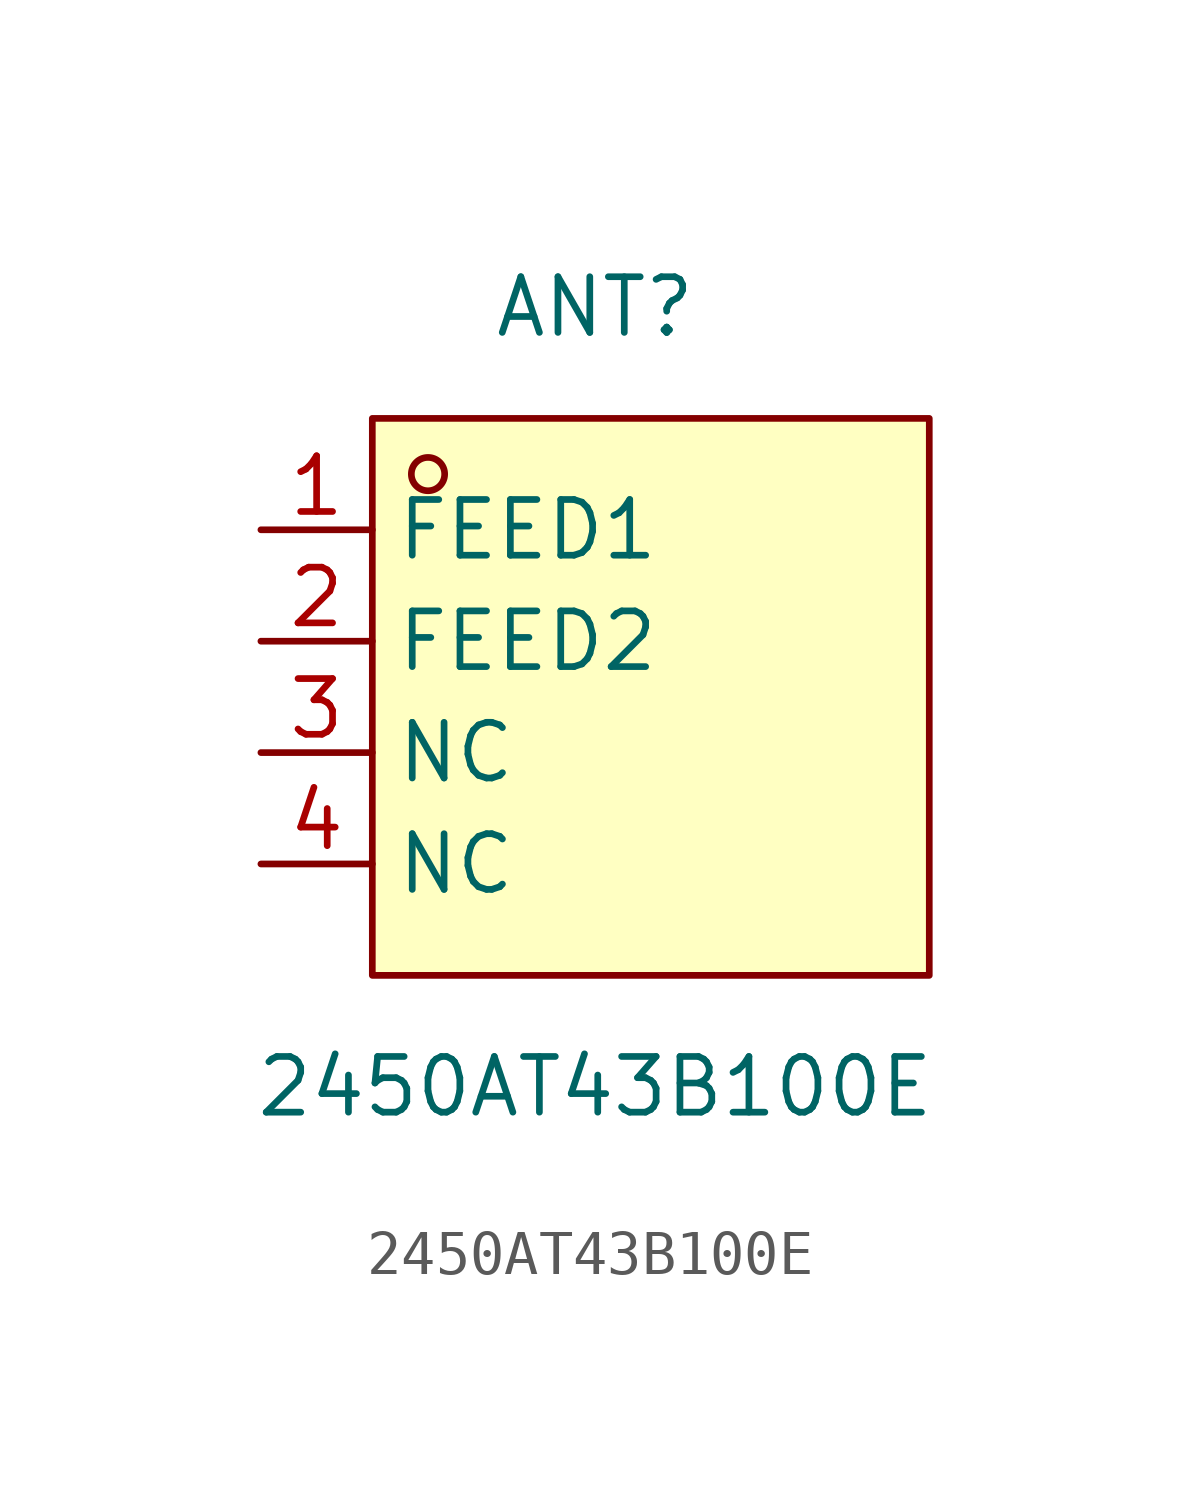
<source format=kicad_sym>
(kicad_symbol_lib
  (version 20211014)
  (generator https://github.com/uPesy/easyeda2kicad.py)
  (symbol "2450AT43B100E"
    (property "Reference" "ANT"
      (at 0 8.89 0)
      (effects (font (size 1.27 1.27))))
    (property "Value" "2450AT43B100E"
      (at 0 -8.89 0)
      (effects (font (size 1.27 1.27))))
    (symbol "2450AT43B100E_0_1"
      (rectangle (start -5.08 6.35) (end 7.62 -6.35) (stroke (width 0) (type default) (color 0 0 0 0)) (fill (type background)))
      (circle (center -3.81 5.08) (radius 0.38) (stroke (width 0) (type default) (color 0 0 0 0)) (fill (type none)))
      (pin unspecified line (at -7.62 3.81 0) (length 2.54) (name "FEED1" (effects (font (size 1.27 1.27)))) (number "1" (effects (font (size 1.27 1.27)))))
      (pin unspecified line (at -7.62 1.27 0) (length 2.54) (name "FEED2" (effects (font (size 1.27 1.27)))) (number "2" (effects (font (size 1.27 1.27)))))
      (pin unspecified line (at -7.62 -1.27 0) (length 2.54) (name "NC" (effects (font (size 1.27 1.27)))) (number "3" (effects (font (size 1.27 1.27)))))
      (pin unspecified line (at -7.62 -3.81 0) (length 2.54) (name "NC" (effects (font (size 1.27 1.27)))) (number "4" (effects (font (size 1.27 1.27))))))))
</source>
